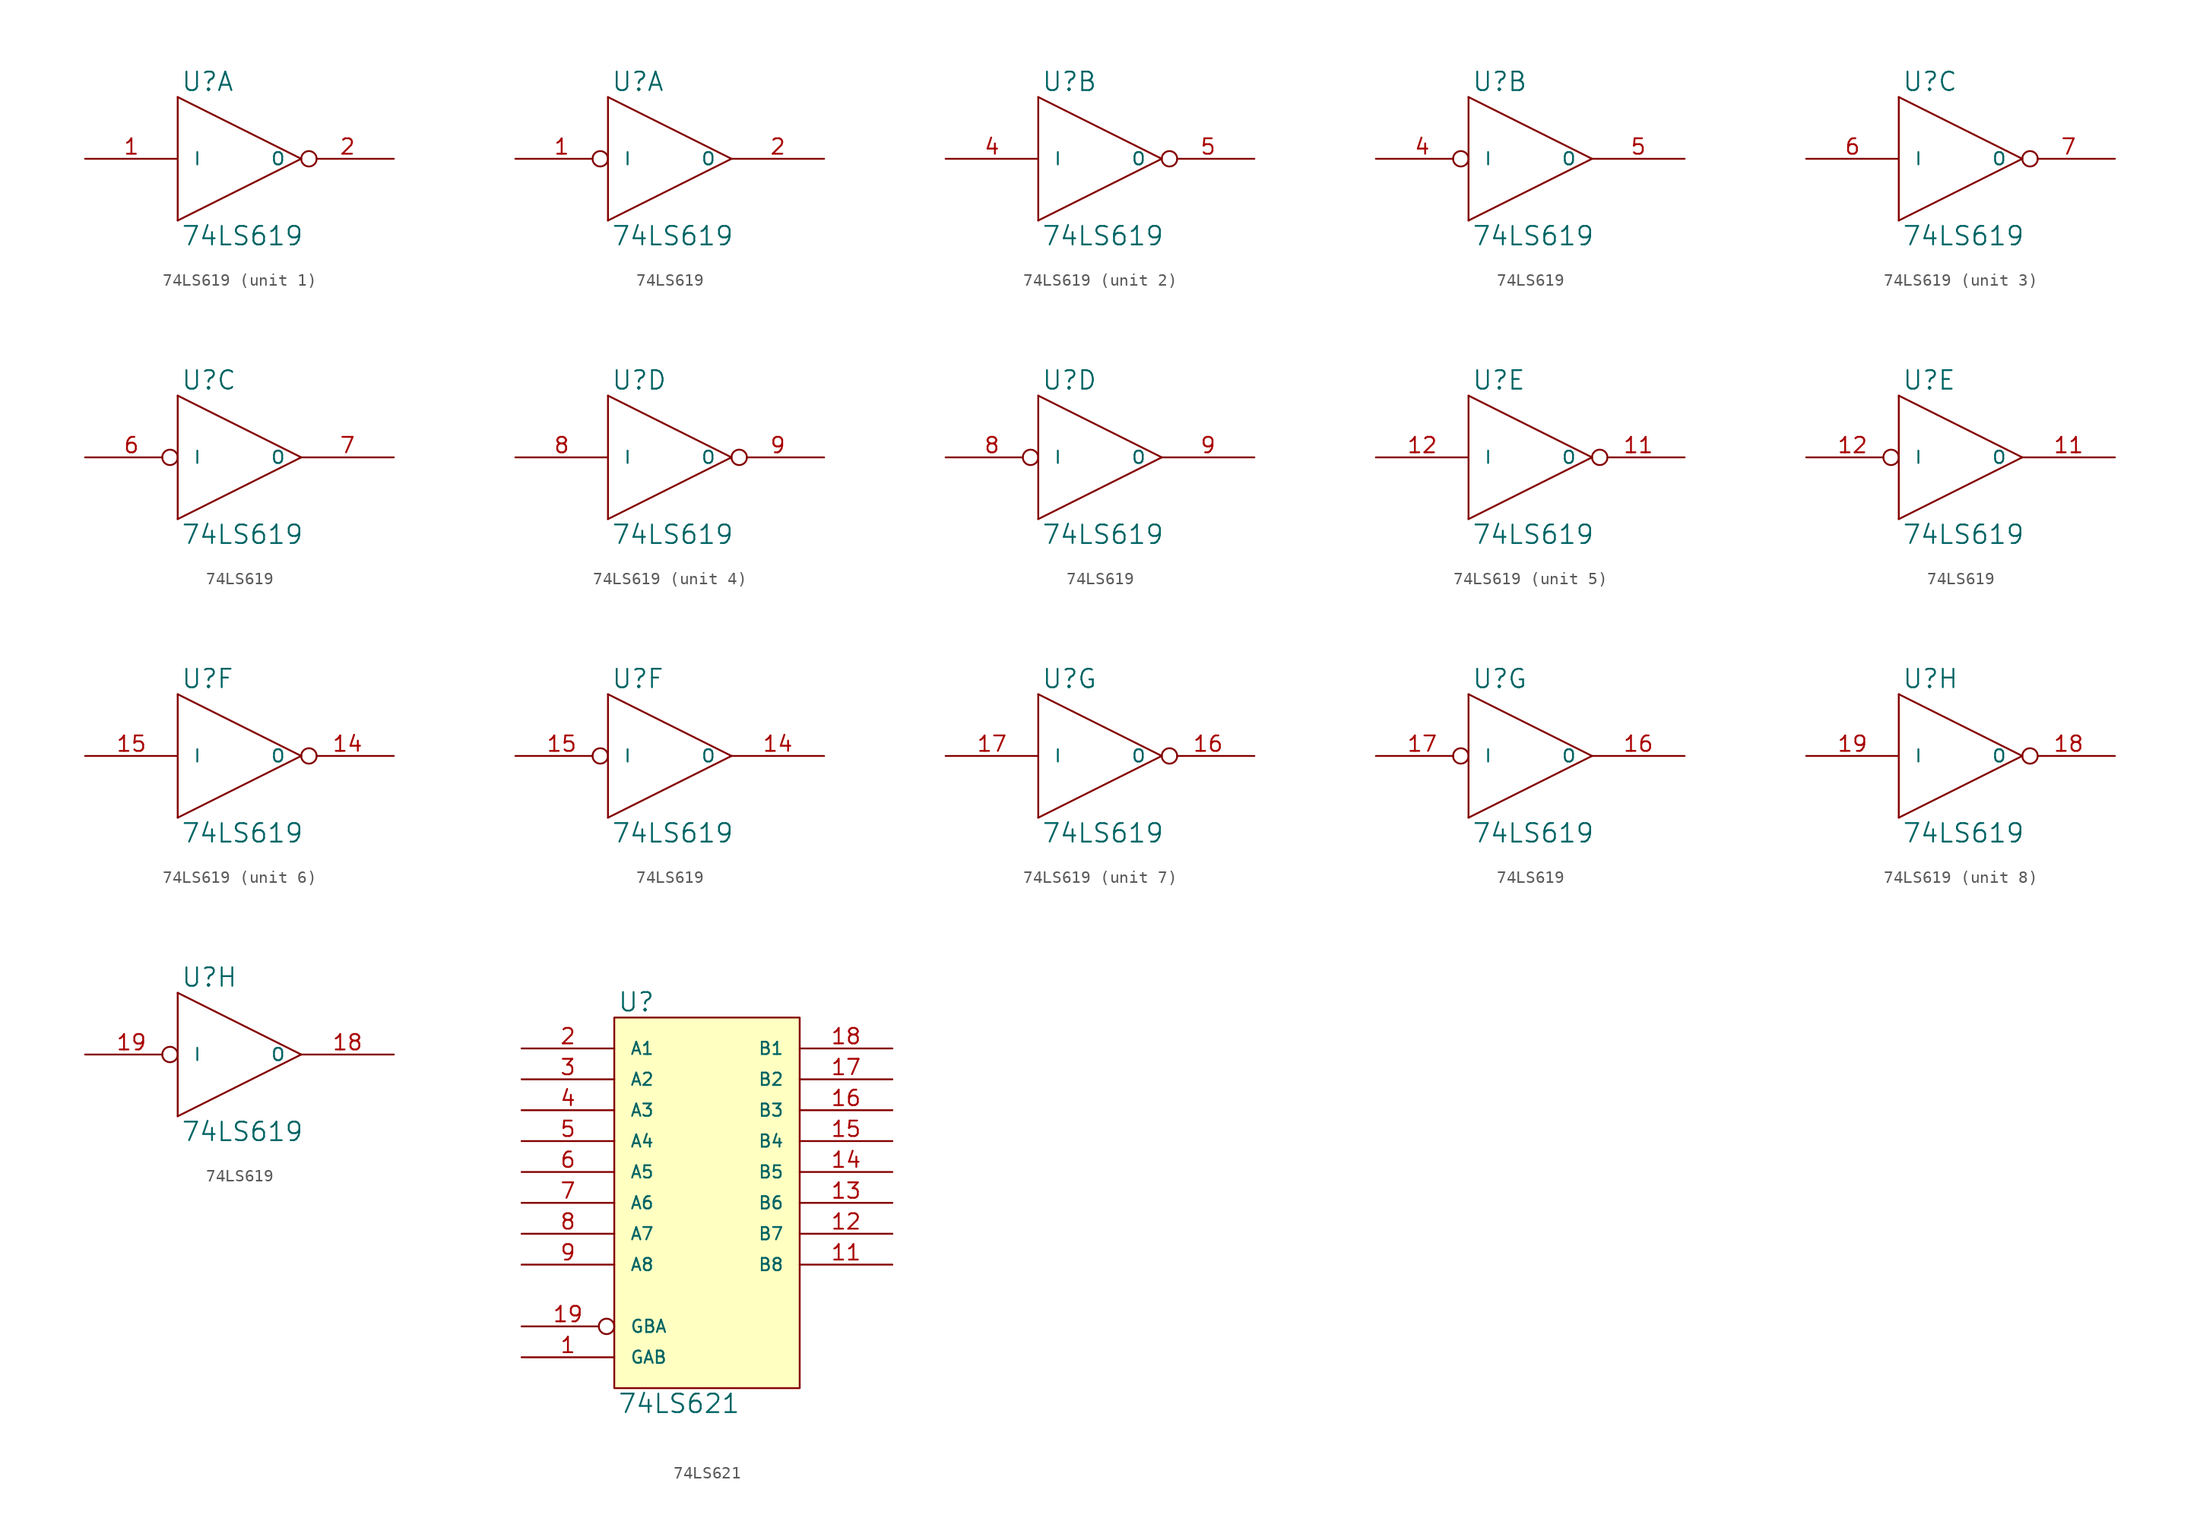
<source format=kicad_sym>
(kicad_symbol_lib
  (version 20231120)
  (generator "kicad_symbol_editor")
  (generator_version "8.0")
  (symbol "74LS619"
    (pin_names
      (offset 1.27))
    (property "Reference" "U"
      (at 0.254 0.381 0)
      (effects (font (size 1.524 1.524)) (justify left bottom)))
    (property "Value" "74LS619"
      (at 0.254 -10.541 0)
      (effects (font (size 1.524 1.524)) (justify left top)))
    (symbol "74LS619_0_1"
      (polyline (pts (xy 0 -10.16) (xy 0 0)) (stroke (width 0) (type solid)) (fill (type none)))
      (polyline (pts (xy 0 0) (xy 10.16 -5.08)) (stroke (width 0) (type solid)) (fill (type none)))
      (polyline (pts (xy 10.16 -5.08) (xy 0 -10.16)) (stroke (width 0) (type solid)) (fill (type none))))
    (symbol "74LS619_0_2"
      (polyline (pts (xy 0 -10.16) (xy 0 0)) (stroke (width 0) (type solid)) (fill (type none)))
      (polyline (pts (xy 0 0) (xy 10.16 -5.08)) (stroke (width 0) (type solid)) (fill (type none)))
      (polyline (pts (xy 10.16 -5.08) (xy 0 -10.16)) (stroke (width 0) (type solid)) (fill (type none))))
    (symbol "74LS619_1_1"
      (pin input line (at -7.62 -5.08 0) (length 7.62) (name "I" (effects (font (size 1.016 1.016)))) (number "1" (effects (font (size 1.27 1.27)))))
      (pin power_in line (at 0 0 270) (length 0) hide (name "VCC" (effects (font (size 1.016 1.016)))) (number "14" (effects (font (size 1.27 1.27)))))
      (pin output inverted (at 17.78 -5.08 180) (length 7.62) (name "O" (effects (font (size 1.016 1.016)))) (number "2" (effects (font (size 1.27 1.27)))))
      (pin power_in line (at 0 -10.16 90) (length 0) hide (name "GND" (effects (font (size 1.016 1.016)))) (number "7" (effects (font (size 1.27 1.27))))))
    (symbol "74LS619_1_2"
      (pin input inverted (at -7.62 -5.08 0) (length 7.62) (name "I" (effects (font (size 1.016 1.016)))) (number "1" (effects (font (size 1.27 1.27)))))
      (pin power_in line (at 0 0 270) (length 0) hide (name "VCC" (effects (font (size 1.016 1.016)))) (number "14" (effects (font (size 1.27 1.27)))))
      (pin output line (at 17.78 -5.08 180) (length 7.62) (name "O" (effects (font (size 1.016 1.016)))) (number "2" (effects (font (size 1.27 1.27)))))
      (pin power_in line (at 0 -10.16 90) (length 0) hide (name "GND" (effects (font (size 1.016 1.016)))) (number "7" (effects (font (size 1.27 1.27))))))
    (symbol "74LS619_2_1"
      (pin power_in line (at 0 0 270) (length 0) hide (name "VCC" (effects (font (size 1.016 1.016)))) (number "14" (effects (font (size 1.27 1.27)))))
      (pin input line (at -7.62 -5.08 0) (length 7.62) (name "I" (effects (font (size 1.016 1.016)))) (number "4" (effects (font (size 1.27 1.27)))))
      (pin output inverted (at 17.78 -5.08 180) (length 7.62) (name "O" (effects (font (size 1.016 1.016)))) (number "5" (effects (font (size 1.27 1.27)))))
      (pin power_in line (at 0 -10.16 90) (length 0) hide (name "GND" (effects (font (size 1.016 1.016)))) (number "7" (effects (font (size 1.27 1.27))))))
    (symbol "74LS619_2_2"
      (pin power_in line (at 0 0 270) (length 0) hide (name "VCC" (effects (font (size 1.016 1.016)))) (number "14" (effects (font (size 1.27 1.27)))))
      (pin input inverted (at -7.62 -5.08 0) (length 7.62) (name "I" (effects (font (size 1.016 1.016)))) (number "4" (effects (font (size 1.27 1.27)))))
      (pin output line (at 17.78 -5.08 180) (length 7.62) (name "O" (effects (font (size 1.016 1.016)))) (number "5" (effects (font (size 1.27 1.27)))))
      (pin power_in line (at 0 -10.16 90) (length 0) hide (name "GND" (effects (font (size 1.016 1.016)))) (number "7" (effects (font (size 1.27 1.27))))))
    (symbol "74LS619_3_1"
      (pin power_in line (at 0 0 270) (length 0) hide (name "VCC" (effects (font (size 1.016 1.016)))) (number "14" (effects (font (size 1.27 1.27)))))
      (pin input line (at -7.62 -5.08 0) (length 7.62) (name "I" (effects (font (size 1.016 1.016)))) (number "6" (effects (font (size 1.27 1.27)))))
      (pin power_in line (at 0 -10.16 90) (length 0) hide (name "GND" (effects (font (size 1.016 1.016)))) (number "7" (effects (font (size 1.27 1.27)))))
      (pin output inverted (at 17.78 -5.08 180) (length 7.62) (name "O" (effects (font (size 1.016 1.016)))) (number "7" (effects (font (size 1.27 1.27))))))
    (symbol "74LS619_3_2"
      (pin power_in line (at 0 0 270) (length 0) hide (name "VCC" (effects (font (size 1.016 1.016)))) (number "14" (effects (font (size 1.27 1.27)))))
      (pin input inverted (at -7.62 -5.08 0) (length 7.62) (name "I" (effects (font (size 1.016 1.016)))) (number "6" (effects (font (size 1.27 1.27)))))
      (pin power_in line (at 0 -10.16 90) (length 0) hide (name "GND" (effects (font (size 1.016 1.016)))) (number "7" (effects (font (size 1.27 1.27)))))
      (pin output line (at 17.78 -5.08 180) (length 7.62) (name "O" (effects (font (size 1.016 1.016)))) (number "7" (effects (font (size 1.27 1.27))))))
    (symbol "74LS619_4_1"
      (pin power_in line (at 0 0 270) (length 0) hide (name "VCC" (effects (font (size 1.016 1.016)))) (number "14" (effects (font (size 1.27 1.27)))))
      (pin power_in line (at 0 -10.16 90) (length 0) hide (name "GND" (effects (font (size 1.016 1.016)))) (number "7" (effects (font (size 1.27 1.27)))))
      (pin input line (at -7.62 -5.08 0) (length 7.62) (name "I" (effects (font (size 1.016 1.016)))) (number "8" (effects (font (size 1.27 1.27)))))
      (pin output inverted (at 17.78 -5.08 180) (length 7.62) (name "O" (effects (font (size 1.016 1.016)))) (number "9" (effects (font (size 1.27 1.27))))))
    (symbol "74LS619_4_2"
      (pin power_in line (at 0 0 270) (length 0) hide (name "VCC" (effects (font (size 1.016 1.016)))) (number "14" (effects (font (size 1.27 1.27)))))
      (pin power_in line (at 0 -10.16 90) (length 0) hide (name "GND" (effects (font (size 1.016 1.016)))) (number "7" (effects (font (size 1.27 1.27)))))
      (pin input inverted (at -7.62 -5.08 0) (length 7.62) (name "I" (effects (font (size 1.016 1.016)))) (number "8" (effects (font (size 1.27 1.27)))))
      (pin output line (at 17.78 -5.08 180) (length 7.62) (name "O" (effects (font (size 1.016 1.016)))) (number "9" (effects (font (size 1.27 1.27))))))
    (symbol "74LS619_5_1"
      (pin output inverted (at 17.78 -5.08 180) (length 7.62) (name "O" (effects (font (size 1.016 1.016)))) (number "11" (effects (font (size 1.27 1.27)))))
      (pin input line (at -7.62 -5.08 0) (length 7.62) (name "I" (effects (font (size 1.016 1.016)))) (number "12" (effects (font (size 1.27 1.27)))))
      (pin power_in line (at 0 0 270) (length 0) hide (name "VCC" (effects (font (size 1.016 1.016)))) (number "14" (effects (font (size 1.27 1.27)))))
      (pin power_in line (at 0 -10.16 90) (length 0) hide (name "GND" (effects (font (size 1.016 1.016)))) (number "7" (effects (font (size 1.27 1.27))))))
    (symbol "74LS619_5_2"
      (pin output line (at 17.78 -5.08 180) (length 7.62) (name "O" (effects (font (size 1.016 1.016)))) (number "11" (effects (font (size 1.27 1.27)))))
      (pin input inverted (at -7.62 -5.08 0) (length 7.62) (name "I" (effects (font (size 1.016 1.016)))) (number "12" (effects (font (size 1.27 1.27)))))
      (pin power_in line (at 0 0 270) (length 0) hide (name "VCC" (effects (font (size 1.016 1.016)))) (number "14" (effects (font (size 1.27 1.27)))))
      (pin power_in line (at 0 -10.16 90) (length 0) hide (name "GND" (effects (font (size 1.016 1.016)))) (number "7" (effects (font (size 1.27 1.27))))))
    (symbol "74LS619_6_1"
      (pin output inverted (at 17.78 -5.08 180) (length 7.62) (name "O" (effects (font (size 1.016 1.016)))) (number "14" (effects (font (size 1.27 1.27)))))
      (pin power_in line (at 0 0 270) (length 0) hide (name "VCC" (effects (font (size 1.016 1.016)))) (number "14" (effects (font (size 1.27 1.27)))))
      (pin input line (at -7.62 -5.08 0) (length 7.62) (name "I" (effects (font (size 1.016 1.016)))) (number "15" (effects (font (size 1.27 1.27)))))
      (pin power_in line (at 0 -10.16 90) (length 0) hide (name "GND" (effects (font (size 1.016 1.016)))) (number "7" (effects (font (size 1.27 1.27))))))
    (symbol "74LS619_6_2"
      (pin output line (at 17.78 -5.08 180) (length 7.62) (name "O" (effects (font (size 1.016 1.016)))) (number "14" (effects (font (size 1.27 1.27)))))
      (pin power_in line (at 0 0 270) (length 0) hide (name "VCC" (effects (font (size 1.016 1.016)))) (number "14" (effects (font (size 1.27 1.27)))))
      (pin input inverted (at -7.62 -5.08 0) (length 7.62) (name "I" (effects (font (size 1.016 1.016)))) (number "15" (effects (font (size 1.27 1.27)))))
      (pin power_in line (at 0 -10.16 90) (length 0) hide (name "GND" (effects (font (size 1.016 1.016)))) (number "7" (effects (font (size 1.27 1.27))))))
    (symbol "74LS619_7_1"
      (pin power_in line (at 0 0 270) (length 0) hide (name "VCC" (effects (font (size 1.016 1.016)))) (number "14" (effects (font (size 1.27 1.27)))))
      (pin output inverted (at 17.78 -5.08 180) (length 7.62) (name "O" (effects (font (size 1.016 1.016)))) (number "16" (effects (font (size 1.27 1.27)))))
      (pin input line (at -7.62 -5.08 0) (length 7.62) (name "I" (effects (font (size 1.016 1.016)))) (number "17" (effects (font (size 1.27 1.27)))))
      (pin power_in line (at 0 -10.16 90) (length 0) hide (name "GND" (effects (font (size 1.016 1.016)))) (number "7" (effects (font (size 1.27 1.27))))))
    (symbol "74LS619_7_2"
      (pin power_in line (at 0 0 270) (length 0) hide (name "VCC" (effects (font (size 1.016 1.016)))) (number "14" (effects (font (size 1.27 1.27)))))
      (pin output line (at 17.78 -5.08 180) (length 7.62) (name "O" (effects (font (size 1.016 1.016)))) (number "16" (effects (font (size 1.27 1.27)))))
      (pin input inverted (at -7.62 -5.08 0) (length 7.62) (name "I" (effects (font (size 1.016 1.016)))) (number "17" (effects (font (size 1.27 1.27)))))
      (pin power_in line (at 0 -10.16 90) (length 0) hide (name "GND" (effects (font (size 1.016 1.016)))) (number "7" (effects (font (size 1.27 1.27))))))
    (symbol "74LS619_8_1"
      (pin power_in line (at 0 0 270) (length 0) hide (name "VCC" (effects (font (size 1.016 1.016)))) (number "14" (effects (font (size 1.27 1.27)))))
      (pin output inverted (at 17.78 -5.08 180) (length 7.62) (name "O" (effects (font (size 1.016 1.016)))) (number "18" (effects (font (size 1.27 1.27)))))
      (pin input line (at -7.62 -5.08 0) (length 7.62) (name "I" (effects (font (size 1.016 1.016)))) (number "19" (effects (font (size 1.27 1.27)))))
      (pin power_in line (at 0 -10.16 90) (length 0) hide (name "GND" (effects (font (size 1.016 1.016)))) (number "7" (effects (font (size 1.27 1.27))))))
    (symbol "74LS619_8_2"
      (pin power_in line (at 0 0 270) (length 0) hide (name "VCC" (effects (font (size 1.016 1.016)))) (number "14" (effects (font (size 1.27 1.27)))))
      (pin output line (at 17.78 -5.08 180) (length 7.62) (name "O" (effects (font (size 1.016 1.016)))) (number "18" (effects (font (size 1.27 1.27)))))
      (pin input inverted (at -7.62 -5.08 0) (length 7.62) (name "I" (effects (font (size 1.016 1.016)))) (number "19" (effects (font (size 1.27 1.27)))))
      (pin power_in line (at 0 -10.16 90) (length 0) hide (name "GND" (effects (font (size 1.016 1.016)))) (number "7" (effects (font (size 1.27 1.27)))))))
  (symbol "74LS621"
    (pin_names
      (offset 1.27))
    (property "Reference" "U"
      (at 0.254 0.381 0)
      (effects (font (size 1.524 1.524)) (justify left bottom)))
    (property "Value" "74LS621"
      (at 0.254 -30.861 0)
      (effects (font (size 1.524 1.524)) (justify left top)))
    (symbol "74LS621_0_1"
      (rectangle (start 0 0) (end 15.24 -30.48) (stroke (width 0) (type solid)) (fill (type background))))
    (symbol "74LS621_1_1"
      (pin input line (at -7.62 -27.94 0) (length 7.62) (name "GAB" (effects (font (size 1.016 1.016)))) (number "1" (effects (font (size 1.27 1.27)))))
      (pin power_in line (at 0 -30.48 90) (length 0) hide (name "GND" (effects (font (size 1.016 1.016)))) (number "10" (effects (font (size 1.27 1.27)))))
      (pin open_collector line (at 22.86 -20.32 180) (length 7.62) (name "B8" (effects (font (size 1.016 1.016)))) (number "11" (effects (font (size 1.27 1.27)))))
      (pin open_collector line (at 22.86 -17.78 180) (length 7.62) (name "B7" (effects (font (size 1.016 1.016)))) (number "12" (effects (font (size 1.27 1.27)))))
      (pin open_collector line (at 22.86 -15.24 180) (length 7.62) (name "B6" (effects (font (size 1.016 1.016)))) (number "13" (effects (font (size 1.27 1.27)))))
      (pin open_collector line (at 22.86 -12.7 180) (length 7.62) (name "B5" (effects (font (size 1.016 1.016)))) (number "14" (effects (font (size 1.27 1.27)))))
      (pin open_collector line (at 22.86 -10.16 180) (length 7.62) (name "B4" (effects (font (size 1.016 1.016)))) (number "15" (effects (font (size 1.27 1.27)))))
      (pin open_collector line (at 22.86 -7.62 180) (length 7.62) (name "B3" (effects (font (size 1.016 1.016)))) (number "16" (effects (font (size 1.27 1.27)))))
      (pin open_collector line (at 22.86 -5.08 180) (length 7.62) (name "B2" (effects (font (size 1.016 1.016)))) (number "17" (effects (font (size 1.27 1.27)))))
      (pin open_collector line (at 22.86 -2.54 180) (length 7.62) (name "B1" (effects (font (size 1.016 1.016)))) (number "18" (effects (font (size 1.27 1.27)))))
      (pin input inverted (at -7.62 -25.4 0) (length 7.62) (name "GBA" (effects (font (size 1.016 1.016)))) (number "19" (effects (font (size 1.27 1.27)))))
      (pin open_collector line (at -7.62 -2.54 0) (length 7.62) (name "A1" (effects (font (size 1.016 1.016)))) (number "2" (effects (font (size 1.27 1.27)))))
      (pin power_in line (at 0 0 270) (length 0) hide (name "VCC" (effects (font (size 1.016 1.016)))) (number "20" (effects (font (size 1.27 1.27)))))
      (pin open_collector line (at -7.62 -5.08 0) (length 7.62) (name "A2" (effects (font (size 1.016 1.016)))) (number "3" (effects (font (size 1.27 1.27)))))
      (pin open_collector line (at -7.62 -7.62 0) (length 7.62) (name "A3" (effects (font (size 1.016 1.016)))) (number "4" (effects (font (size 1.27 1.27)))))
      (pin open_collector line (at -7.62 -10.16 0) (length 7.62) (name "A4" (effects (font (size 1.016 1.016)))) (number "5" (effects (font (size 1.27 1.27)))))
      (pin open_collector line (at -7.62 -12.7 0) (length 7.62) (name "A5" (effects (font (size 1.016 1.016)))) (number "6" (effects (font (size 1.27 1.27)))))
      (pin open_collector line (at -7.62 -15.24 0) (length 7.62) (name "A6" (effects (font (size 1.016 1.016)))) (number "7" (effects (font (size 1.27 1.27)))))
      (pin open_collector line (at -7.62 -17.78 0) (length 7.62) (name "A7" (effects (font (size 1.016 1.016)))) (number "8" (effects (font (size 1.27 1.27)))))
      (pin open_collector line (at -7.62 -20.32 0) (length 7.62) (name "A8" (effects (font (size 1.016 1.016)))) (number "9" (effects (font (size 1.27 1.27))))))))
</source>
